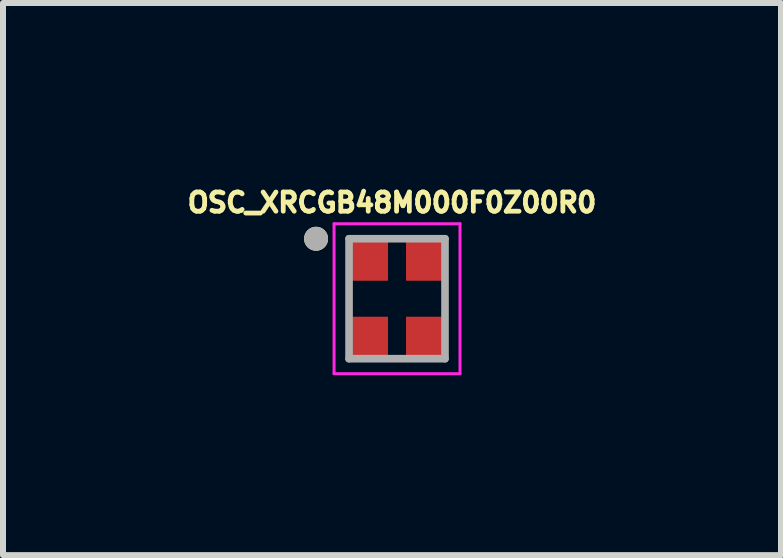
<source format=kicad_pcb>
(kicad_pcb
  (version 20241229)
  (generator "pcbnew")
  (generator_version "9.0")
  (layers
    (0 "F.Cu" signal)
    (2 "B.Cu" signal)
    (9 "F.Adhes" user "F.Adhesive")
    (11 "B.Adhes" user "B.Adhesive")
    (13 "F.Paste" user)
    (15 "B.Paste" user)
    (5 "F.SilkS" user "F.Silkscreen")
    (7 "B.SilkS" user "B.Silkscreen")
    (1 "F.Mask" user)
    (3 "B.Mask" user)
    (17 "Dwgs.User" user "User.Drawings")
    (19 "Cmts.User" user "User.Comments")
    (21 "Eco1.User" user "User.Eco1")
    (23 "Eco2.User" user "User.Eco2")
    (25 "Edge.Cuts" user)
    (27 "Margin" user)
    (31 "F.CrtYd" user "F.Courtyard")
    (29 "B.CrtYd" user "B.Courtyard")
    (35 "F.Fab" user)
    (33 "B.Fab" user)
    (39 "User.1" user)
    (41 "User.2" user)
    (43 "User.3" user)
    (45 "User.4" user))
  (footprint "OSC_XRCGB48M000F0Z00R0"
    (layer "F.Cu")
    (at 3.57 1.931)
    (property "Reference" "OSC_XRCGB48M000F0Z00R0" (at -0.084 -1.603 0) (layer "F.SilkS") (effects (font (size 0.32 0.32) (thickness 0.15))))
    (attr smd)
    (fp_circle (center -1.35 -1) (end -1.25 -1) (stroke (width 0.2) (type solid)) (fill no) (layer "F.SilkS"))
    (fp_line (start -1.05 -1.25) (end 1.05 -1.25) (stroke (width 0.05) (type solid)) (layer "F.CrtYd"))
    (fp_line (start -1.05 1.25) (end -1.05 -1.25) (stroke (width 0.05) (type solid)) (layer "F.CrtYd"))
    (fp_line (start 1.05 -1.25) (end 1.05 1.25) (stroke (width 0.05) (type solid)) (layer "F.CrtYd"))
    (fp_line (start 1.05 1.25) (end -1.05 1.25) (stroke (width 0.05) (type solid)) (layer "F.CrtYd"))
    (fp_line (start -0.8 -1) (end 0.8 -1) (stroke (width 0.127) (type solid)) (layer "F.Fab"))
    (fp_line (start -0.8 1) (end -0.8 -1) (stroke (width 0.127) (type solid)) (layer "F.Fab"))
    (fp_line (start 0.8 -1) (end 0.8 1) (stroke (width 0.127) (type solid)) (layer "F.Fab"))
    (fp_line (start 0.8 1) (end -0.8 1) (stroke (width 0.127) (type solid)) (layer "F.Fab"))
    (fp_circle (center -1.35 -1) (end -1.25 -1) (stroke (width 0.2) (type solid)) (fill no) (layer "F.Fab"))
    (pad "1" smd rect (at -0.5 -0.675) (size 0.7 0.75) (layers "F.Cu" "F.Mask" "F.Paste"))
    (pad "2" smd rect (at -0.5 0.675) (size 0.7 0.75) (layers "F.Cu" "F.Mask" "F.Paste"))
    (pad "3" smd rect (at 0.5 0.675) (size 0.7 0.75) (layers "F.Cu" "F.Mask" "F.Paste"))
    (pad "4" smd rect (at 0.5 -0.675) (size 0.7 0.75) (layers "F.Cu" "F.Mask" "F.Paste")))
  (gr_rect
    (start -3 -3)
    (end 9.972 6.206)
    (stroke (width 0.1) (type default))
    (fill no)
    (layer "Edge.Cuts")))
</source>
